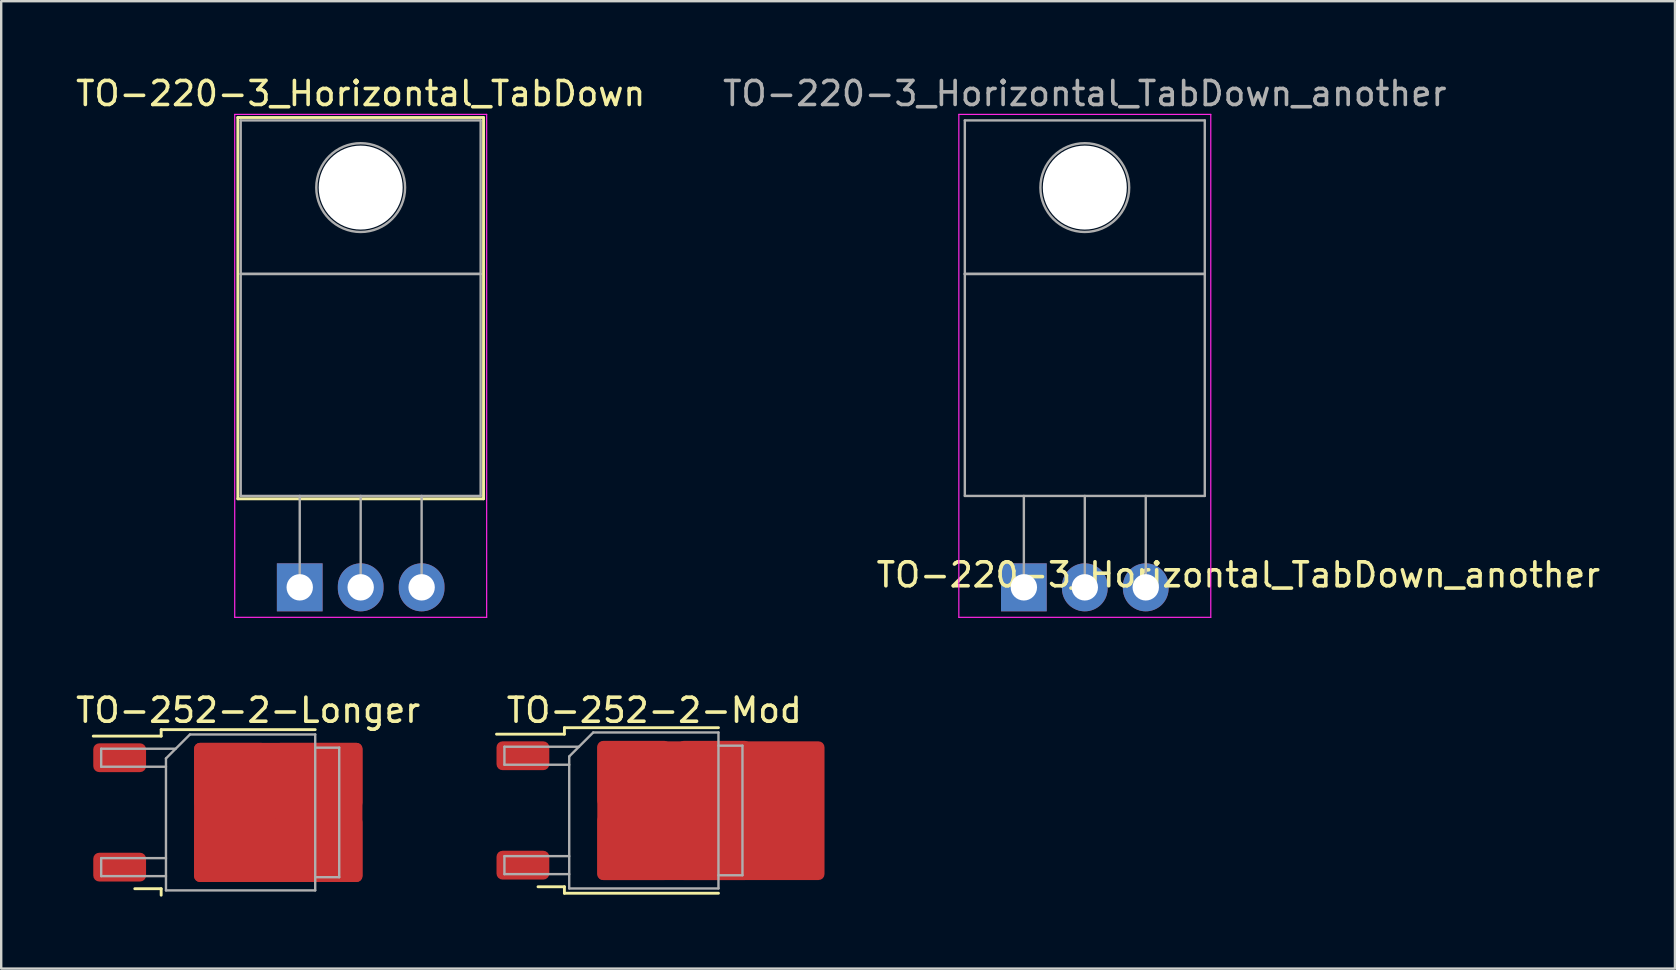
<source format=kicad_pcb>
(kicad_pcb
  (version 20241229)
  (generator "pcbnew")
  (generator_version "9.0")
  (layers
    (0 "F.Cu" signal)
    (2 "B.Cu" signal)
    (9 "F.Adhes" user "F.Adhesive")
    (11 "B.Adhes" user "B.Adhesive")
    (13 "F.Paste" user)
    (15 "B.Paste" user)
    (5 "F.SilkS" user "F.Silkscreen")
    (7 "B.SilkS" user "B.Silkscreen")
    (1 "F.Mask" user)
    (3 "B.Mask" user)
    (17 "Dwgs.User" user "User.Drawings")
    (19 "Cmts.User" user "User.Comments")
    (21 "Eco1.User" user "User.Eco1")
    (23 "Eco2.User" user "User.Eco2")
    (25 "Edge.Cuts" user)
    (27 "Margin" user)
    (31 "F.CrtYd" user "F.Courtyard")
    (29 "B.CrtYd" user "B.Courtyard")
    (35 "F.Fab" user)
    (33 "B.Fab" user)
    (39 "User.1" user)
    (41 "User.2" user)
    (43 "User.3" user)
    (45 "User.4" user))
  (footprint "TO-220-3_Horizontal_TabDown_another"
    (layer "F.Cu")
    (at 39.621 21.428)
    (property "Reference" "TO-220-3_Horizontal_TabDown_another" (at 8.94 -0.52 0) (layer "F.SilkS") (effects (font (size 1 1) (thickness 0.15))))
    (attr through_hole)
    (fp_line (start -2.71 -19.71) (end -2.71 1.25) (stroke (width 0.05) (type solid)) (layer "F.CrtYd"))
    (fp_line (start -2.71 1.25) (end 7.79 1.25) (stroke (width 0.05) (type solid)) (layer "F.CrtYd"))
    (fp_line (start 7.79 -19.71) (end -2.71 -19.71) (stroke (width 0.05) (type solid)) (layer "F.CrtYd"))
    (fp_line (start 7.79 1.25) (end 7.79 -19.71) (stroke (width 0.05) (type solid)) (layer "F.CrtYd"))
    (fp_line (start -2.46 -19.46) (end 7.54 -19.46) (stroke (width 0.1) (type solid)) (layer "F.Fab"))
    (fp_line (start -2.46 -13.06) (end -2.46 -19.46) (stroke (width 0.1) (type solid)) (layer "F.Fab"))
    (fp_line (start -2.46 -13.06) (end 7.54 -13.06) (stroke (width 0.1) (type solid)) (layer "F.Fab"))
    (fp_line (start -2.46 -3.81) (end -2.46 -13.06) (stroke (width 0.1) (type solid)) (layer "F.Fab"))
    (fp_line (start 0 -3.81) (end 0 0) (stroke (width 0.1) (type solid)) (layer "F.Fab"))
    (fp_line (start 2.54 -3.81) (end 2.54 0) (stroke (width 0.1) (type solid)) (layer "F.Fab"))
    (fp_line (start 5.08 -3.81) (end 5.08 0) (stroke (width 0.1) (type solid)) (layer "F.Fab"))
    (fp_line (start 7.54 -19.46) (end 7.54 -13.06) (stroke (width 0.1) (type solid)) (layer "F.Fab"))
    (fp_line (start 7.54 -13.06) (end -2.46 -13.06) (stroke (width 0.1) (type solid)) (layer "F.Fab"))
    (fp_line (start 7.54 -13.06) (end 7.54 -3.81) (stroke (width 0.1) (type solid)) (layer "F.Fab"))
    (fp_line (start 7.54 -3.81) (end -2.46 -3.81) (stroke (width 0.1) (type solid)) (layer "F.Fab"))
    (fp_circle (center 2.54 -16.66) (end 4.39 -16.66) (stroke (width 0.1) (type solid)) (fill no) (layer "F.Fab"))
    (fp_text user "${REFERENCE}" (at 2.54 -20.58 0) (layer "F.Fab") (effects (font (size 1 1) (thickness 0.15))))
    (pad "" np_thru_hole oval (at 2.54 -16.66) (size 3.5 3.5) (drill 3.5) (layers "*.Cu" "*.Mask"))
    (pad "1" thru_hole rect (at 0 0) (size 1.905 2) (drill 1.1) (layers "*.Cu" "*.Mask"))
    (pad "2" thru_hole oval (at 2.54 0) (size 1.905 2) (drill 1.1) (layers "*.Cu" "*.Mask"))
    (pad "3" thru_hole oval (at 5.08 0) (size 1.905 2) (drill 1.1) (layers "*.Cu" "*.Mask")))
  (footprint "TO-220-3_Horizontal_TabDown"
    (layer "F.Cu")
    (at 9.442 21.428)
    (property "Reference" "TO-220-3_Horizontal_TabDown" (at 2.54 -20.58 0) (layer "F.SilkS") (effects (font (size 1 1) (thickness 0.15))))
    (attr through_hole)
    (fp_line (start -2.58 -19.58) (end -2.58 -3.69) (stroke (width 0.12) (type solid)) (layer "F.SilkS"))
    (fp_line (start -2.58 -19.58) (end 7.66 -19.58) (stroke (width 0.12) (type solid)) (layer "F.SilkS"))
    (fp_line (start -2.58 -3.69) (end 7.66 -3.69) (stroke (width 0.12) (type solid)) (layer "F.SilkS"))
    (fp_line (start 7.66 -19.58) (end 7.66 -3.69) (stroke (width 0.12) (type solid)) (layer "F.SilkS"))
    (fp_line (start -2.71 -19.71) (end -2.71 1.25) (stroke (width 0.05) (type solid)) (layer "F.CrtYd"))
    (fp_line (start -2.71 1.25) (end 7.79 1.25) (stroke (width 0.05) (type solid)) (layer "F.CrtYd"))
    (fp_line (start 7.79 -19.71) (end -2.71 -19.71) (stroke (width 0.05) (type solid)) (layer "F.CrtYd"))
    (fp_line (start 7.79 1.25) (end 7.79 -19.71) (stroke (width 0.05) (type solid)) (layer "F.CrtYd"))
    (fp_line (start -2.46 -19.46) (end 7.54 -19.46) (stroke (width 0.1) (type solid)) (layer "F.Fab"))
    (fp_line (start -2.46 -13.06) (end -2.46 -19.46) (stroke (width 0.1) (type solid)) (layer "F.Fab"))
    (fp_line (start -2.46 -13.06) (end 7.54 -13.06) (stroke (width 0.1) (type solid)) (layer "F.Fab"))
    (fp_line (start -2.46 -3.81) (end -2.46 -13.06) (stroke (width 0.1) (type solid)) (layer "F.Fab"))
    (fp_line (start 0 -3.81) (end 0 0) (stroke (width 0.1) (type solid)) (layer "F.Fab"))
    (fp_line (start 2.54 -3.81) (end 2.54 0) (stroke (width 0.1) (type solid)) (layer "F.Fab"))
    (fp_line (start 5.08 -3.81) (end 5.08 0) (stroke (width 0.1) (type solid)) (layer "F.Fab"))
    (fp_line (start 7.54 -19.46) (end 7.54 -13.06) (stroke (width 0.1) (type solid)) (layer "F.Fab"))
    (fp_line (start 7.54 -13.06) (end -2.46 -13.06) (stroke (width 0.1) (type solid)) (layer "F.Fab"))
    (fp_line (start 7.54 -13.06) (end 7.54 -3.81) (stroke (width 0.1) (type solid)) (layer "F.Fab"))
    (fp_line (start 7.54 -3.81) (end -2.46 -3.81) (stroke (width 0.1) (type solid)) (layer "F.Fab"))
    (fp_circle (center 2.54 -16.66) (end 4.39 -16.66) (stroke (width 0.1) (type solid)) (fill no) (layer "F.Fab"))
    (pad "" np_thru_hole oval (at 2.54 -16.66) (size 3.5 3.5) (drill 3.5) (layers "*.Cu" "*.Mask"))
    (pad "1" thru_hole rect (at 0 0) (size 1.905 2) (drill 1.1) (layers "*.Cu" "*.Mask"))
    (pad "2" thru_hole oval (at 2.54 0) (size 1.905 2) (drill 1.1) (layers "*.Cu" "*.Mask"))
    (pad "3" thru_hole oval (at 5.08 0) (size 1.905 2) (drill 1.1) (layers "*.Cu" "*.Mask")))
  (footprint "TO-252-2-Longer"
    (layer "F.Cu")
    (at 6.977 30.809)
    (property "Reference" "TO-252-2-Longer" (at 0.315 -4.258 180) (layer "F.SilkS") (effects (font (size 1 1) (thickness 0.15))))
    (attr smd)
    (fp_line (start -3.31 -3.45) (end -3.31 -3.18) (stroke (width 0.12) (type solid)) (layer "F.SilkS"))
    (fp_line (start -3.31 -3.18) (end -6.14 -3.18) (stroke (width 0.12) (type solid)) (layer "F.SilkS"))
    (fp_line (start -3.31 3.18) (end -4.41 3.18) (stroke (width 0.12) (type solid)) (layer "F.SilkS"))
    (fp_line (start -3.31 3.45) (end -3.31 3.18) (stroke (width 0.12) (type solid)) (layer "F.SilkS"))
    (fp_line (start 3.11 -3.45) (end -3.31 -3.45) (stroke (width 0.12) (type solid)) (layer "F.SilkS"))
    (fp_line (start -5.81 -2.655) (end -5.81 -1.905) (stroke (width 0.1) (type solid)) (layer "F.Fab"))
    (fp_line (start -5.81 -1.905) (end -3.11 -1.905) (stroke (width 0.1) (type solid)) (layer "F.Fab"))
    (fp_line (start -5.81 1.905) (end -5.81 2.655) (stroke (width 0.1) (type solid)) (layer "F.Fab"))
    (fp_line (start -5.81 2.655) (end -3.11 2.655) (stroke (width 0.1) (type solid)) (layer "F.Fab"))
    (fp_line (start -3.11 -2.25) (end -2.11 -3.25) (stroke (width 0.1) (type solid)) (layer "F.Fab"))
    (fp_line (start -3.11 1.905) (end -5.81 1.905) (stroke (width 0.1) (type solid)) (layer "F.Fab"))
    (fp_line (start -3.11 3.25) (end -3.11 -2.25) (stroke (width 0.1) (type solid)) (layer "F.Fab"))
    (fp_line (start -2.705 -2.655) (end -5.81 -2.655) (stroke (width 0.1) (type solid)) (layer "F.Fab"))
    (fp_line (start -2.11 -3.25) (end 3.11 -3.25) (stroke (width 0.1) (type solid)) (layer "F.Fab"))
    (fp_line (start 3.11 -3.25) (end 3.11 3.25) (stroke (width 0.1) (type solid)) (layer "F.Fab"))
    (fp_line (start 3.11 -2.7) (end 4.11 -2.7) (stroke (width 0.1) (type solid)) (layer "F.Fab"))
    (fp_line (start 3.11 3.25) (end -3.11 3.25) (stroke (width 0.1) (type solid)) (layer "F.Fab"))
    (fp_line (start 4.11 -2.7) (end 4.11 2.7) (stroke (width 0.1) (type solid)) (layer "F.Fab"))
    (fp_line (start 4.11 2.7) (end 3.11 2.7) (stroke (width 0.1) (type solid)) (layer "F.Fab"))
    (pad "1" smd roundrect (at -5.04 -2.28) (size 2.2 1.2) (layers "F.Cu" "F.Mask" "F.Paste") (roundrect_rratio 0.208))
    (pad "2" smd roundrect (at -0.415 -1.525) (size 3.05 2.75) (layers "F.Cu" "F.Paste") (roundrect_rratio 0.091))
    (pad "2" smd roundrect (at -0.415 1.525) (size 3.05 2.75) (layers "F.Cu" "F.Paste") (roundrect_rratio 0.091))
    (pad "2" smd roundrect (at 1.57 0) (size 7.02 5.8) (layers "F.Cu" "F.Mask") (roundrect_rratio 0.043))
    (pad "2" smd roundrect (at 3.245 -1.525) (size 3.67 2.75) (layers "F.Cu" "F.Paste") (roundrect_rratio 0.091))
    (pad "2" smd roundrect (at 3.245 1.525) (size 3.67 2.75) (layers "F.Cu" "F.Paste") (roundrect_rratio 0.091))
    (pad "3" smd roundrect (at -5.04 2.28) (size 2.2 1.2) (layers "F.Cu" "F.Mask" "F.Paste") (roundrect_rratio 0.208)))
  (footprint "TO-252-2-Mod"
    (layer "F.Cu")
    (at 23.783 30.727)
    (property "Reference" "TO-252-2-Mod" (at 0.435 -4.175 0) (layer "F.SilkS") (effects (font (size 1 1) (thickness 0.15))))
    (attr smd)
    (fp_line (start -3.31 -3.45) (end -3.31 -3.18) (stroke (width 0.12) (type solid)) (layer "F.SilkS"))
    (fp_line (start -3.31 -3.18) (end -6.14 -3.18) (stroke (width 0.12) (type solid)) (layer "F.SilkS"))
    (fp_line (start -3.31 3.18) (end -4.41 3.18) (stroke (width 0.12) (type solid)) (layer "F.SilkS"))
    (fp_line (start -3.31 3.45) (end -3.31 3.18) (stroke (width 0.12) (type solid)) (layer "F.SilkS"))
    (fp_line (start 3.11 -3.45) (end -3.31 -3.45) (stroke (width 0.12) (type solid)) (layer "F.SilkS"))
    (fp_line (start 3.11 3.45) (end -3.31 3.45) (stroke (width 0.12) (type solid)) (layer "F.SilkS"))
    (fp_line (start -5.81 -2.655) (end -5.81 -1.905) (stroke (width 0.1) (type solid)) (layer "F.Fab"))
    (fp_line (start -5.81 -1.905) (end -3.11 -1.905) (stroke (width 0.1) (type solid)) (layer "F.Fab"))
    (fp_line (start -5.81 1.905) (end -5.81 2.655) (stroke (width 0.1) (type solid)) (layer "F.Fab"))
    (fp_line (start -5.81 2.655) (end -3.11 2.655) (stroke (width 0.1) (type solid)) (layer "F.Fab"))
    (fp_line (start -3.11 -2.25) (end -2.11 -3.25) (stroke (width 0.1) (type solid)) (layer "F.Fab"))
    (fp_line (start -3.11 1.905) (end -5.81 1.905) (stroke (width 0.1) (type solid)) (layer "F.Fab"))
    (fp_line (start -3.11 3.25) (end -3.11 -2.25) (stroke (width 0.1) (type solid)) (layer "F.Fab"))
    (fp_line (start -2.705 -2.655) (end -5.81 -2.655) (stroke (width 0.1) (type solid)) (layer "F.Fab"))
    (fp_line (start -2.11 -3.25) (end 3.11 -3.25) (stroke (width 0.1) (type solid)) (layer "F.Fab"))
    (fp_line (start 3.11 -3.25) (end 3.11 3.25) (stroke (width 0.1) (type solid)) (layer "F.Fab"))
    (fp_line (start 3.11 -2.7) (end 4.11 -2.7) (stroke (width 0.1) (type solid)) (layer "F.Fab"))
    (fp_line (start 3.11 3.25) (end -3.11 3.25) (stroke (width 0.1) (type solid)) (layer "F.Fab"))
    (fp_line (start 4.11 -2.7) (end 4.11 2.7) (stroke (width 0.1) (type solid)) (layer "F.Fab"))
    (fp_line (start 4.11 2.7) (end 3.11 2.7) (stroke (width 0.1) (type solid)) (layer "F.Fab"))
    (pad "1" smd roundrect (at -5.04 -2.28) (size 2.2 1.2) (layers "F.Cu" "F.Mask" "F.Paste") (roundrect_rratio 0.208))
    (pad "2" smd roundrect (at -0.415 -1.525) (size 3.05 2.75) (layers "F.Cu" "F.Paste") (roundrect_rratio 0.091))
    (pad "2" smd roundrect (at -0.415 1.525) (size 3.05 2.75) (layers "F.Cu" "F.Paste") (roundrect_rratio 0.091))
    (pad "2" smd roundrect (at 2.795 0.01) (size 9.47 5.78) (layers "F.Cu" "F.Mask") (roundrect_rratio 0.043))
    (pad "2" smd roundrect (at 2.935 -1.525) (size 3.05 2.75) (layers "F.Cu" "F.Paste") (roundrect_rratio 0.091))
    (pad "2" smd roundrect (at 2.935 1.525) (size 3.05 2.75) (layers "F.Cu" "F.Paste") (roundrect_rratio 0.091))
    (pad "3" smd roundrect (at -5.04 2.28) (size 2.2 1.2) (layers "F.Cu" "F.Mask" "F.Paste") (roundrect_rratio 0.208)))
  (gr_rect
    (start -3 -3)
    (end 66.757 37.319)
    (stroke (width 0.1) (type default))
    (fill no)
    (layer "Edge.Cuts")))
</source>
